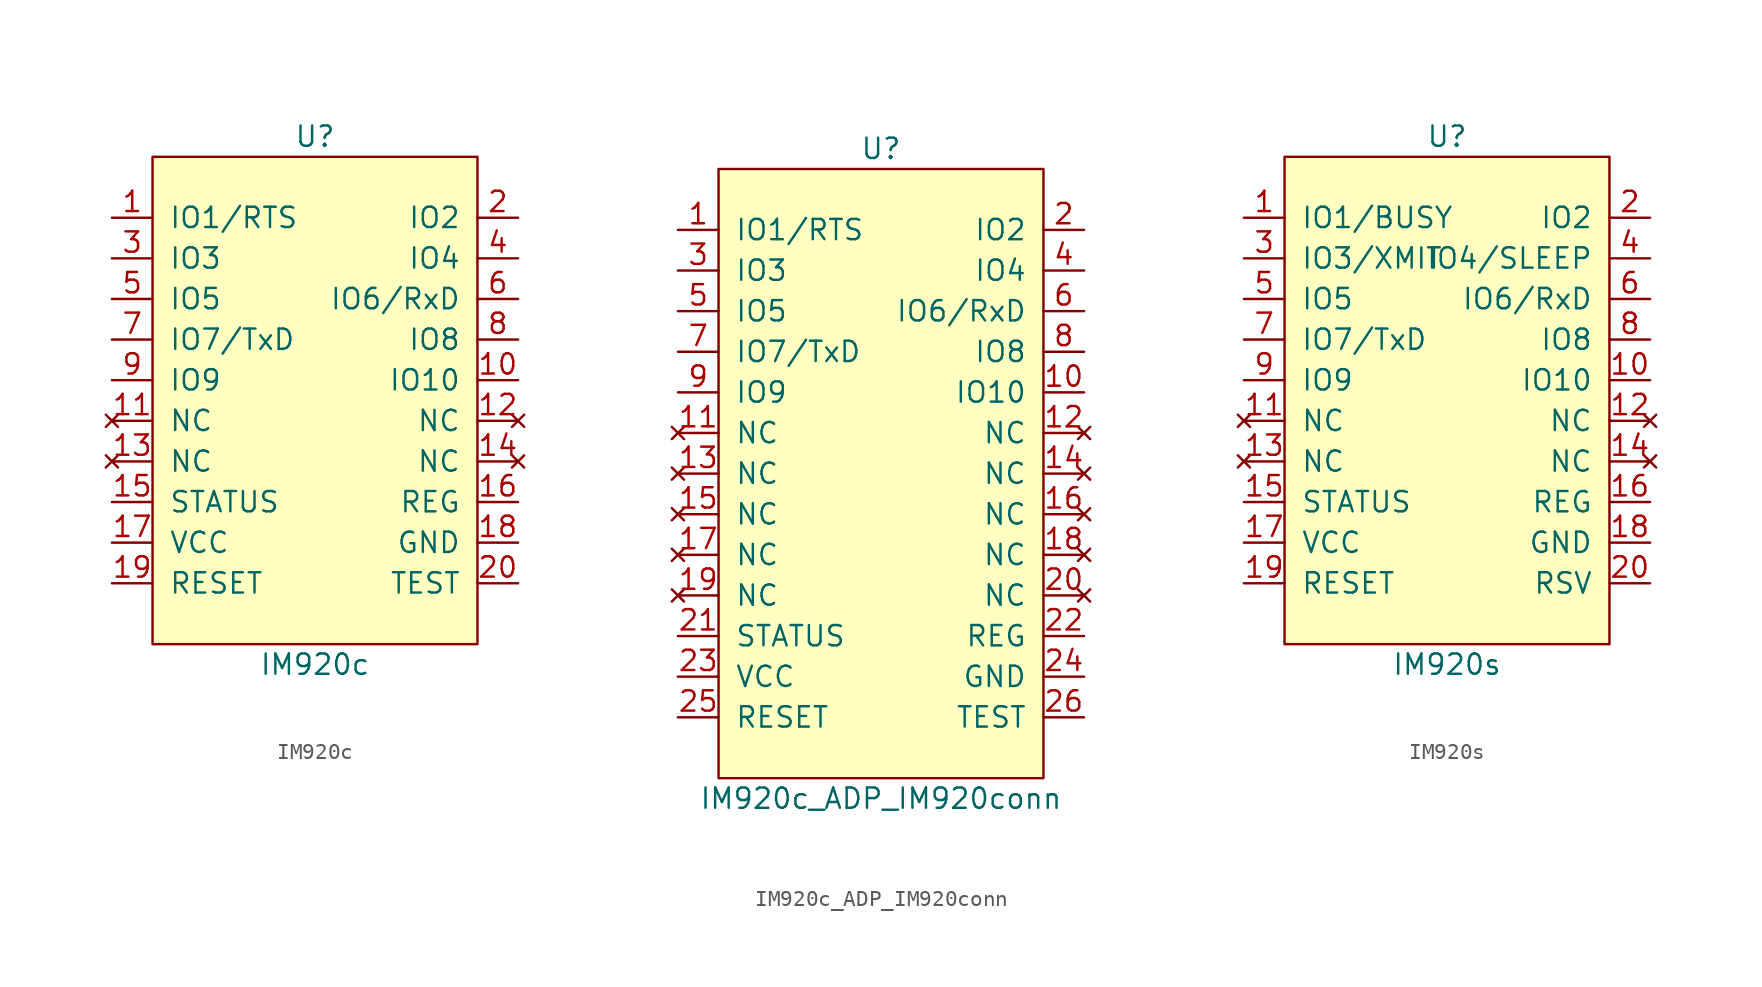
<source format=kicad_sym>
(kicad_symbol_lib
  (version 20211014)
  (generator kicad_symbol_editor)
  (symbol "IM920c"
    (pin_names
      (offset 1.016))
    (property "Reference" "U"
      (at 0 13.97 0)
      (effects (font (size 1.27 1.27))))
    (property "Value" "IM920c"
      (at 0 -19.05 0)
      (effects (font (size 1.27 1.27))))
    (symbol "IM920c_0_1"
      (rectangle (start -10.16 12.7) (end 10.16 -17.78) (stroke (width 0) (type default) (color 0 0 0 0)) (fill (type background))))
    (symbol "IM920c_1_1"
      (pin input line (at -12.7 8.89 0) (length 2.54) (name "IO1/RTS" (effects (font (size 1.27 1.27)))) (number "1" (effects (font (size 1.27 1.27)))))
      (pin input line (at 12.7 -1.27 180) (length 2.54) (name "IO10" (effects (font (size 1.27 1.27)))) (number "10" (effects (font (size 1.27 1.27)))))
      (pin no_connect line (at -12.7 -3.81 0) (length 2.54) (name "NC" (effects (font (size 1.27 1.27)))) (number "11" (effects (font (size 1.27 1.27)))))
      (pin no_connect line (at 12.7 -3.81 180) (length 2.54) (name "NC" (effects (font (size 1.27 1.27)))) (number "12" (effects (font (size 1.27 1.27)))))
      (pin no_connect line (at -12.7 -6.35 0) (length 2.54) (name "NC" (effects (font (size 1.27 1.27)))) (number "13" (effects (font (size 1.27 1.27)))))
      (pin no_connect line (at 12.7 -6.35 180) (length 2.54) (name "NC" (effects (font (size 1.27 1.27)))) (number "14" (effects (font (size 1.27 1.27)))))
      (pin input line (at -12.7 -8.89 0) (length 2.54) (name "STATUS" (effects (font (size 1.27 1.27)))) (number "15" (effects (font (size 1.27 1.27)))))
      (pin input line (at 12.7 -8.89 180) (length 2.54) (name "REG" (effects (font (size 1.27 1.27)))) (number "16" (effects (font (size 1.27 1.27)))))
      (pin input line (at -12.7 -11.43 0) (length 2.54) (name "VCC" (effects (font (size 1.27 1.27)))) (number "17" (effects (font (size 1.27 1.27)))))
      (pin input line (at 12.7 -11.43 180) (length 2.54) (name "GND" (effects (font (size 1.27 1.27)))) (number "18" (effects (font (size 1.27 1.27)))))
      (pin input line (at -12.7 -13.97 0) (length 2.54) (name "RESET" (effects (font (size 1.27 1.27)))) (number "19" (effects (font (size 1.27 1.27)))))
      (pin input line (at 12.7 8.89 180) (length 2.54) (name "IO2" (effects (font (size 1.27 1.27)))) (number "2" (effects (font (size 1.27 1.27)))))
      (pin input line (at 12.7 -13.97 180) (length 2.54) (name "TEST" (effects (font (size 1.27 1.27)))) (number "20" (effects (font (size 1.27 1.27)))))
      (pin input line (at -12.7 6.35 0) (length 2.54) (name "IO3" (effects (font (size 1.27 1.27)))) (number "3" (effects (font (size 1.27 1.27)))))
      (pin input line (at 12.7 6.35 180) (length 2.54) (name "IO4" (effects (font (size 1.27 1.27)))) (number "4" (effects (font (size 1.27 1.27)))))
      (pin input line (at -12.7 3.81 0) (length 2.54) (name "IO5" (effects (font (size 1.27 1.27)))) (number "5" (effects (font (size 1.27 1.27)))))
      (pin input line (at 12.7 3.81 180) (length 2.54) (name "IO6/RxD" (effects (font (size 1.27 1.27)))) (number "6" (effects (font (size 1.27 1.27)))))
      (pin input line (at -12.7 1.27 0) (length 2.54) (name "IO7/TxD" (effects (font (size 1.27 1.27)))) (number "7" (effects (font (size 1.27 1.27)))))
      (pin input line (at 12.7 1.27 180) (length 2.54) (name "IO8" (effects (font (size 1.27 1.27)))) (number "8" (effects (font (size 1.27 1.27)))))
      (pin input line (at -12.7 -1.27 0) (length 2.54) (name "IO9" (effects (font (size 1.27 1.27)))) (number "9" (effects (font (size 1.27 1.27)))))))
  (symbol "IM920c_ADP_IM920conn"
    (pin_names
      (offset 1.016))
    (property "Reference" "U"
      (at 0 13.97 0)
      (effects (font (size 1.27 1.27))))
    (property "Value" "IM920c_ADP_IM920conn"
      (at 0 -26.67 0)
      (effects (font (size 1.27 1.27))))
    (symbol "IM920c_ADP_IM920conn_0_1"
      (rectangle (start 10.16 12.7) (end -10.16 -25.4) (stroke (width 0) (type default) (color 0 0 0 0)) (fill (type background))))
    (symbol "IM920c_ADP_IM920conn_1_1"
      (pin input line (at -12.7 8.89 0) (length 2.54) (name "IO1/RTS" (effects (font (size 1.27 1.27)))) (number "1" (effects (font (size 1.27 1.27)))))
      (pin input line (at 12.7 -1.27 180) (length 2.54) (name "IO10" (effects (font (size 1.27 1.27)))) (number "10" (effects (font (size 1.27 1.27)))))
      (pin no_connect line (at -12.7 -3.81 0) (length 2.54) (name "NC" (effects (font (size 1.27 1.27)))) (number "11" (effects (font (size 1.27 1.27)))))
      (pin no_connect line (at 12.7 -3.81 180) (length 2.54) (name "NC" (effects (font (size 1.27 1.27)))) (number "12" (effects (font (size 1.27 1.27)))))
      (pin no_connect line (at -12.7 -6.35 0) (length 2.54) (name "NC" (effects (font (size 1.27 1.27)))) (number "13" (effects (font (size 1.27 1.27)))))
      (pin no_connect line (at 12.7 -6.35 180) (length 2.54) (name "NC" (effects (font (size 1.27 1.27)))) (number "14" (effects (font (size 1.27 1.27)))))
      (pin no_connect line (at -12.7 -8.89 0) (length 2.54) (name "NC" (effects (font (size 1.27 1.27)))) (number "15" (effects (font (size 1.27 1.27)))))
      (pin no_connect line (at 12.7 -8.89 180) (length 2.54) (name "NC" (effects (font (size 1.27 1.27)))) (number "16" (effects (font (size 1.27 1.27)))))
      (pin no_connect line (at -12.7 -11.43 0) (length 2.54) (name "NC" (effects (font (size 1.27 1.27)))) (number "17" (effects (font (size 1.27 1.27)))))
      (pin no_connect line (at 12.7 -11.43 180) (length 2.54) (name "NC" (effects (font (size 1.27 1.27)))) (number "18" (effects (font (size 1.27 1.27)))))
      (pin no_connect line (at -12.7 -13.97 0) (length 2.54) (name "NC" (effects (font (size 1.27 1.27)))) (number "19" (effects (font (size 1.27 1.27)))))
      (pin input line (at 12.7 8.89 180) (length 2.54) (name "IO2" (effects (font (size 1.27 1.27)))) (number "2" (effects (font (size 1.27 1.27)))))
      (pin no_connect line (at 12.7 -13.97 180) (length 2.54) (name "NC" (effects (font (size 1.27 1.27)))) (number "20" (effects (font (size 1.27 1.27)))))
      (pin input line (at -12.7 -16.51 0) (length 2.54) (name "STATUS" (effects (font (size 1.27 1.27)))) (number "21" (effects (font (size 1.27 1.27)))))
      (pin input line (at 12.7 -16.51 180) (length 2.54) (name "REG" (effects (font (size 1.27 1.27)))) (number "22" (effects (font (size 1.27 1.27)))))
      (pin input line (at -12.7 -19.05 0) (length 2.54) (name "VCC" (effects (font (size 1.27 1.27)))) (number "23" (effects (font (size 1.27 1.27)))))
      (pin input line (at 12.7 -19.05 180) (length 2.54) (name "GND" (effects (font (size 1.27 1.27)))) (number "24" (effects (font (size 1.27 1.27)))))
      (pin input line (at -12.7 -21.59 0) (length 2.54) (name "RESET" (effects (font (size 1.27 1.27)))) (number "25" (effects (font (size 1.27 1.27)))))
      (pin input line (at 12.7 -21.59 180) (length 2.54) (name "TEST" (effects (font (size 1.27 1.27)))) (number "26" (effects (font (size 1.27 1.27)))))
      (pin input line (at -12.7 6.35 0) (length 2.54) (name "IO3" (effects (font (size 1.27 1.27)))) (number "3" (effects (font (size 1.27 1.27)))))
      (pin input line (at 12.7 6.35 180) (length 2.54) (name "IO4" (effects (font (size 1.27 1.27)))) (number "4" (effects (font (size 1.27 1.27)))))
      (pin input line (at -12.7 3.81 0) (length 2.54) (name "IO5" (effects (font (size 1.27 1.27)))) (number "5" (effects (font (size 1.27 1.27)))))
      (pin input line (at 12.7 3.81 180) (length 2.54) (name "IO6/RxD" (effects (font (size 1.27 1.27)))) (number "6" (effects (font (size 1.27 1.27)))))
      (pin input line (at -12.7 1.27 0) (length 2.54) (name "IO7/TxD" (effects (font (size 1.27 1.27)))) (number "7" (effects (font (size 1.27 1.27)))))
      (pin input line (at 12.7 1.27 180) (length 2.54) (name "IO8" (effects (font (size 1.27 1.27)))) (number "8" (effects (font (size 1.27 1.27)))))
      (pin input line (at -12.7 -1.27 0) (length 2.54) (name "IO9" (effects (font (size 1.27 1.27)))) (number "9" (effects (font (size 1.27 1.27)))))))
  (symbol "IM920s"
    (pin_names
      (offset 1.016))
    (property "Reference" "U"
      (at 0 13.97 0)
      (effects (font (size 1.27 1.27))))
    (property "Value" "IM920s"
      (at 0 -19.05 0)
      (effects (font (size 1.27 1.27))))
    (symbol "IM920s_0_1"
      (rectangle (start -10.16 12.7) (end 10.16 -17.78) (stroke (width 0) (type default) (color 0 0 0 0)) (fill (type background))))
    (symbol "IM920s_1_1"
      (pin input line (at -12.7 8.89 0) (length 2.54) (name "IO1/BUSY" (effects (font (size 1.27 1.27)))) (number "1" (effects (font (size 1.27 1.27)))))
      (pin input line (at 12.7 -1.27 180) (length 2.54) (name "IO10" (effects (font (size 1.27 1.27)))) (number "10" (effects (font (size 1.27 1.27)))))
      (pin no_connect line (at -12.7 -3.81 0) (length 2.54) (name "NC" (effects (font (size 1.27 1.27)))) (number "11" (effects (font (size 1.27 1.27)))))
      (pin no_connect line (at 12.7 -3.81 180) (length 2.54) (name "NC" (effects (font (size 1.27 1.27)))) (number "12" (effects (font (size 1.27 1.27)))))
      (pin no_connect line (at -12.7 -6.35 0) (length 2.54) (name "NC" (effects (font (size 1.27 1.27)))) (number "13" (effects (font (size 1.27 1.27)))))
      (pin no_connect line (at 12.7 -6.35 180) (length 2.54) (name "NC" (effects (font (size 1.27 1.27)))) (number "14" (effects (font (size 1.27 1.27)))))
      (pin input line (at -12.7 -8.89 0) (length 2.54) (name "STATUS" (effects (font (size 1.27 1.27)))) (number "15" (effects (font (size 1.27 1.27)))))
      (pin input line (at 12.7 -8.89 180) (length 2.54) (name "REG" (effects (font (size 1.27 1.27)))) (number "16" (effects (font (size 1.27 1.27)))))
      (pin input line (at -12.7 -11.43 0) (length 2.54) (name "VCC" (effects (font (size 1.27 1.27)))) (number "17" (effects (font (size 1.27 1.27)))))
      (pin input line (at 12.7 -11.43 180) (length 2.54) (name "GND" (effects (font (size 1.27 1.27)))) (number "18" (effects (font (size 1.27 1.27)))))
      (pin input line (at -12.7 -13.97 0) (length 2.54) (name "RESET" (effects (font (size 1.27 1.27)))) (number "19" (effects (font (size 1.27 1.27)))))
      (pin input line (at 12.7 8.89 180) (length 2.54) (name "IO2" (effects (font (size 1.27 1.27)))) (number "2" (effects (font (size 1.27 1.27)))))
      (pin input line (at 12.7 -13.97 180) (length 2.54) (name "RSV" (effects (font (size 1.27 1.27)))) (number "20" (effects (font (size 1.27 1.27)))))
      (pin input line (at -12.7 6.35 0) (length 2.54) (name "IO3/XMIT" (effects (font (size 1.27 1.27)))) (number "3" (effects (font (size 1.27 1.27)))))
      (pin input line (at 12.7 6.35 180) (length 2.54) (name "IO4/SLEEP" (effects (font (size 1.27 1.27)))) (number "4" (effects (font (size 1.27 1.27)))))
      (pin input line (at -12.7 3.81 0) (length 2.54) (name "IO5" (effects (font (size 1.27 1.27)))) (number "5" (effects (font (size 1.27 1.27)))))
      (pin input line (at 12.7 3.81 180) (length 2.54) (name "IO6/RxD" (effects (font (size 1.27 1.27)))) (number "6" (effects (font (size 1.27 1.27)))))
      (pin input line (at -12.7 1.27 0) (length 2.54) (name "IO7/TxD" (effects (font (size 1.27 1.27)))) (number "7" (effects (font (size 1.27 1.27)))))
      (pin input line (at 12.7 1.27 180) (length 2.54) (name "IO8" (effects (font (size 1.27 1.27)))) (number "8" (effects (font (size 1.27 1.27)))))
      (pin input line (at -12.7 -1.27 0) (length 2.54) (name "IO9" (effects (font (size 1.27 1.27)))) (number "9" (effects (font (size 1.27 1.27))))))))
</source>
